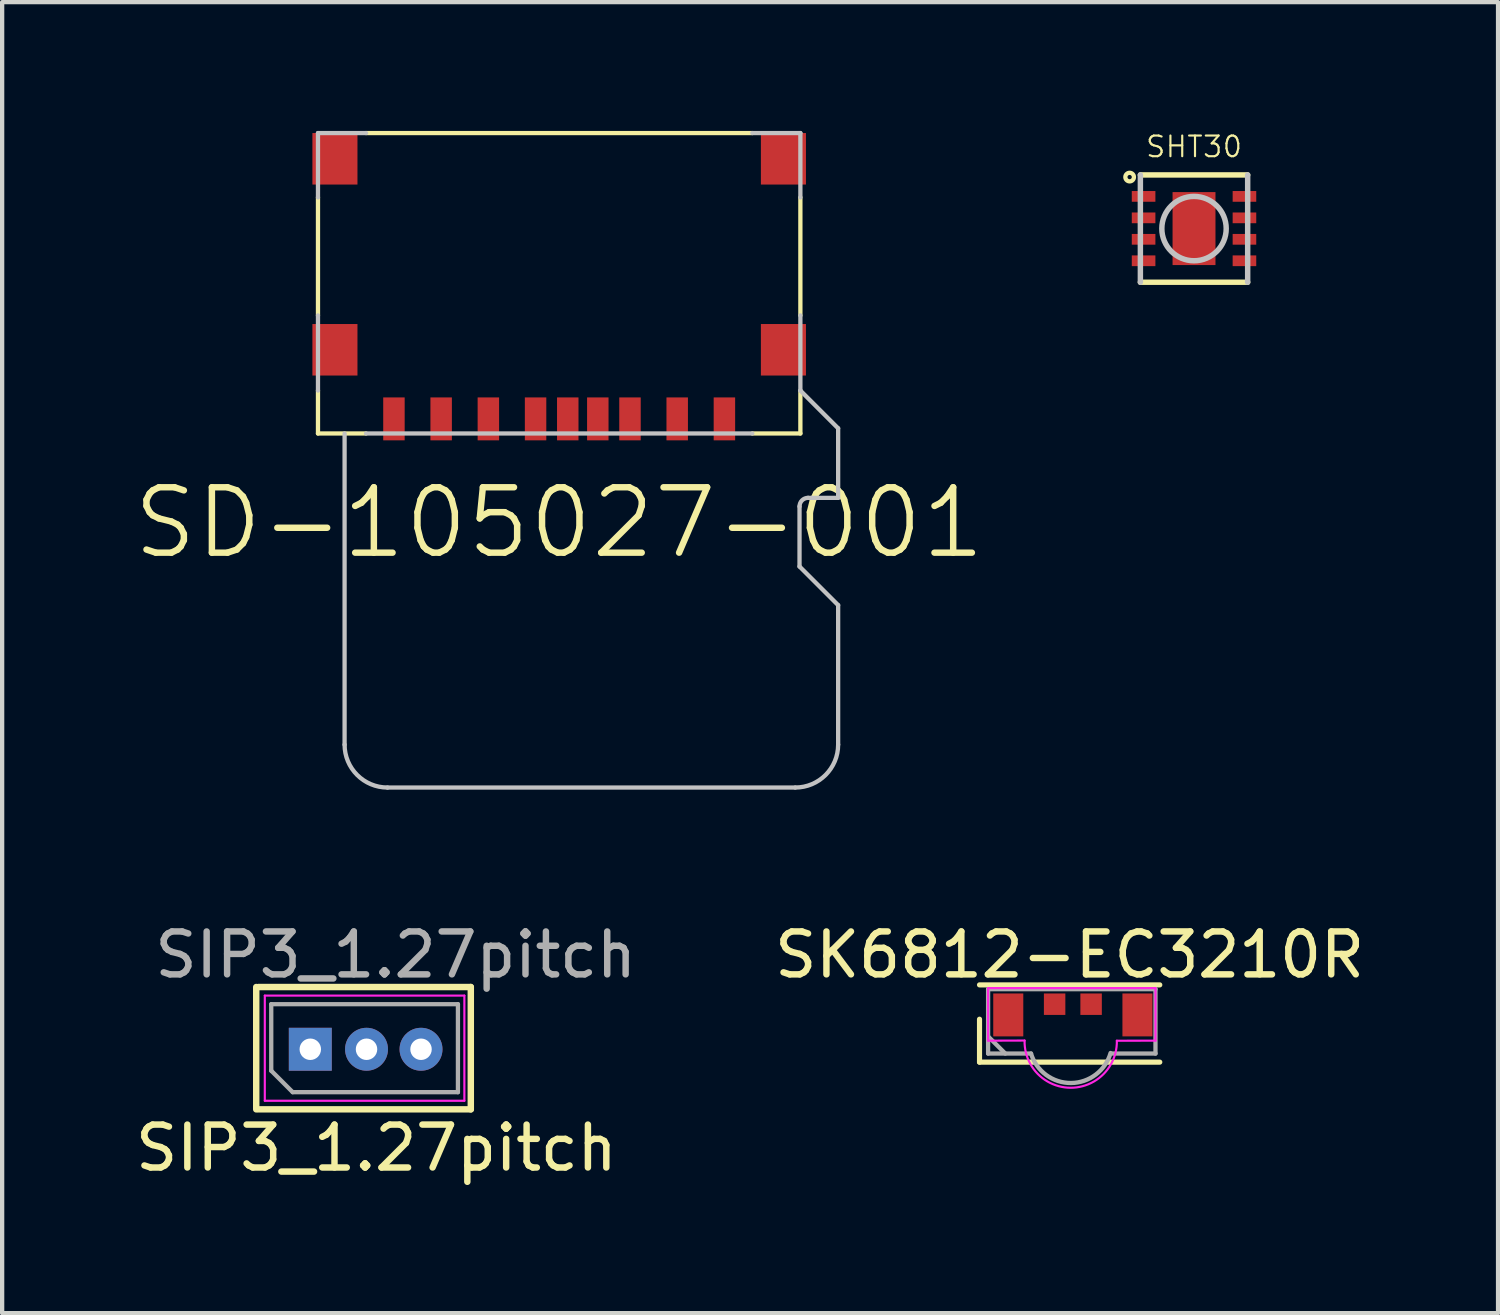
<source format=kicad_pcb>
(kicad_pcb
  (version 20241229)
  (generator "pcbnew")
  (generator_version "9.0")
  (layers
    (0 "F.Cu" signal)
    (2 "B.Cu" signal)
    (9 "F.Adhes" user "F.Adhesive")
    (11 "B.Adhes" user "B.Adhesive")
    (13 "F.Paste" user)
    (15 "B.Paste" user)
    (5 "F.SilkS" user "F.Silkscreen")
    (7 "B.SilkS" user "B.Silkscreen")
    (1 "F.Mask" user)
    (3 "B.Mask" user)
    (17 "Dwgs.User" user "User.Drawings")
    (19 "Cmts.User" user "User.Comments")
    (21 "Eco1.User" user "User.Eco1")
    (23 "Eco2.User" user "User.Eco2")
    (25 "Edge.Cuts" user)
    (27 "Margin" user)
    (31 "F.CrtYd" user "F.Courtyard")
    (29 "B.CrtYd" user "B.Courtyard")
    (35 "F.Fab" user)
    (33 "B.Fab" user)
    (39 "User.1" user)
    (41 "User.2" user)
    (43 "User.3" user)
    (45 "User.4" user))
  (footprint "SD-105027-001"
    (layer "F.Cu")
    (at 9.979 2.78)
    (property "Reference" "SD-105027-001" (at 0 6.35 0) (layer "F.SilkS") (effects (font (size 1.524 1.524) (thickness 0.15))))
    (attr through_hole)
    (fp_line (start -5.62 1.52) (end -5.62 -1.23) (stroke (width 0.1) (type solid)) (layer "F.SilkS"))
    (fp_line (start -5.62 4.27) (end -5.62 3.27) (stroke (width 0.1) (type solid)) (layer "F.SilkS"))
    (fp_line (start -4.5 -2.73) (end 4.5 -2.73) (stroke (width 0.1) (type solid)) (layer "F.SilkS"))
    (fp_line (start -4.5 4.27) (end -5.62 4.27) (stroke (width 0.1) (type solid)) (layer "F.SilkS"))
    (fp_line (start 4.5 4.27) (end 5.62 4.27) (stroke (width 0.1) (type solid)) (layer "F.SilkS"))
    (fp_line (start 5.62 1.52) (end 5.62 -1.23) (stroke (width 0.1) (type solid)) (layer "F.SilkS"))
    (fp_line (start 5.62 4.27) (end 5.62 3.27) (stroke (width 0.1) (type solid)) (layer "F.SilkS"))
    (fp_line (start -5.62 -2.73) (end -4.5 -2.73) (stroke (width 0.1) (type solid)) (layer "Dwgs.User"))
    (fp_line (start -5.62 -1.23) (end -5.62 -2.73) (stroke (width 0.1) (type solid)) (layer "Dwgs.User"))
    (fp_line (start -5.62 3.27) (end -5.62 1.52) (stroke (width 0.1) (type solid)) (layer "Dwgs.User"))
    (fp_line (start -5 4.27) (end -5 11.52) (stroke (width 0.1) (type solid)) (layer "Dwgs.User"))
    (fp_line (start -4 12.52) (end 5.5 12.52) (stroke (width 0.1) (type solid)) (layer "Dwgs.User"))
    (fp_line (start 4.5 -2.73) (end 5.62 -2.73) (stroke (width 0.1) (type solid)) (layer "Dwgs.User"))
    (fp_line (start 4.5 4.27) (end -4.5 4.27) (stroke (width 0.1) (type solid)) (layer "Dwgs.User"))
    (fp_line (start 5.6 5.97) (end 5.6 7.37) (stroke (width 0.1) (type solid)) (layer "Dwgs.User"))
    (fp_line (start 5.6 7.37) (end 6.5 8.27) (stroke (width 0.1) (type solid)) (layer "Dwgs.User"))
    (fp_line (start 5.62 -2.73) (end 5.62 -1.23) (stroke (width 0.1) (type solid)) (layer "Dwgs.User"))
    (fp_line (start 5.62 3.27) (end 5.62 1.52) (stroke (width 0.1) (type solid)) (layer "Dwgs.User"))
    (fp_line (start 6.5 4.15) (end 5.62 3.27) (stroke (width 0.1) (type solid)) (layer "Dwgs.User"))
    (fp_line (start 6.5 5.77) (end 5.8 5.77) (stroke (width 0.1) (type solid)) (layer "Dwgs.User"))
    (fp_line (start 6.5 5.77) (end 6.5 4.15) (stroke (width 0.1) (type solid)) (layer "Dwgs.User"))
    (fp_line (start 6.5 11.52) (end 6.5 8.27) (stroke (width 0.1) (type solid)) (layer "Dwgs.User"))
    (fp_arc (start -4 12.52) (mid -4.707107 12.227107) (end -5 11.52) (stroke (width 0.1) (type solid)) (layer "Dwgs.User"))
    (fp_arc (start 5.6 5.97) (mid 5.658579 5.828579) (end 5.8 5.77) (stroke (width 0.1) (type solid)) (layer "Dwgs.User"))
    (fp_arc (start 6.5 11.52) (mid 6.207107 12.227107) (end 5.5 12.52) (stroke (width 0.1) (type solid)) (layer "Dwgs.User"))
    (fp_text user "Micro SD" (at 0 8.89 0) (layer "Eco2.User") (effects (font (size 1 1) (thickness 0.15))))
    (pad "G1" smd rect (at 0.2 3.93 90) (size 1 0.5) (layers "F.Cu" "F.Mask" "F.Paste"))
    (pad "P1" smd rect (at 3.85 3.93 90) (size 1 0.5) (layers "F.Cu" "F.Mask" "F.Paste"))
    (pad "P2" smd rect (at 2.75 3.93 90) (size 1 0.5) (layers "F.Cu" "F.Mask" "F.Paste"))
    (pad "P3" smd rect (at 1.65 3.93 90) (size 1 0.5) (layers "F.Cu" "F.Mask" "F.Paste"))
    (pad "P4" smd rect (at 0.9 3.93 90) (size 1 0.5) (layers "F.Cu" "F.Mask" "F.Paste"))
    (pad "P5" smd rect (at -0.55 3.93 90) (size 1 0.5) (layers "F.Cu" "F.Mask" "F.Paste"))
    (pad "P6" smd rect (at -1.65 3.93 90) (size 1 0.5) (layers "F.Cu" "F.Mask" "F.Paste"))
    (pad "P7" smd rect (at -2.75 3.93 90) (size 1 0.5) (layers "F.Cu" "F.Mask" "F.Paste"))
    (pad "P8" smd rect (at -3.85 3.93 90) (size 1 0.5) (layers "F.Cu" "F.Mask" "F.Paste"))
    (pad "P10" smd rect (at -5.225 -2.13 90) (size 1.2 1.05) (layers "F.Cu" "F.Mask" "F.Paste"))
    (pad "P10" smd rect (at -5.225 2.32 90) (size 1.2 1.05) (layers "F.Cu" "F.Mask" "F.Paste"))
    (pad "P10" smd rect (at 5.225 -2.13 90) (size 1.2 1.05) (layers "F.Cu" "F.Mask" "F.Paste"))
    (pad "P10" smd rect (at 5.225 2.32 90) (size 1.2 1.05) (layers "F.Cu" "F.Mask" "F.Paste")))
  (footprint "SK6812-EC3210R"
    (layer "F.Cu")
    (at 21.773 20.598)
    (property "Reference" "SK6812-EC3210R" (at 0.1 -1.4 0) (layer "F.SilkS") (effects (font (size 1 1) (thickness 0.15))))
    (attr smd)
    (fp_line (start -2 -0.7) (end 2.2 -0.7) (stroke (width 0.12) (type solid)) (layer "F.SilkS"))
    (fp_line (start -2 1.1) (end -2 0.1) (stroke (width 0.12) (type solid)) (layer "F.SilkS"))
    (fp_line (start -2 1.1) (end 2.2 1.1) (stroke (width 0.12) (type solid)) (layer "F.SilkS"))
    (fp_line (start -1.8 -0.625) (end -1.8 0.6) (stroke (width 0.05) (type solid)) (layer "F.CrtYd"))
    (fp_line (start -1.8 -0.625) (end 2.1 -0.625) (stroke (width 0.05) (type solid)) (layer "F.CrtYd"))
    (fp_line (start -1.8 0.6) (end -0.95 0.597) (stroke (width 0.05) (type solid)) (layer "F.CrtYd"))
    (fp_line (start 1.2 0.601) (end 2.1 0.6) (stroke (width 0.05) (type solid)) (layer "F.CrtYd"))
    (fp_line (start 2.1 0.6) (end 2.1 -0.625) (stroke (width 0.05) (type solid)) (layer "F.CrtYd"))
    (fp_arc (start 1.199999 0.60102) (mid 0.122878 1.695051) (end -0.949917 0.596777) (stroke (width 0.05) (type default)) (layer "F.CrtYd"))
    (fp_line (start -1.8 -0.6) (end -1.8 0.9) (stroke (width 0.1) (type solid)) (layer "F.Fab"))
    (fp_line (start -1.4 0.9) (end -1.8 0.5) (stroke (width 0.1) (type solid)) (layer "F.Fab"))
    (fp_line (start -0.8 0.9) (end -1.8 0.9) (stroke (width 0.1) (type solid)) (layer "F.Fab"))
    (fp_line (start 2.1 -0.6) (end -1.8 -0.6) (stroke (width 0.1) (type solid)) (layer "F.Fab"))
    (fp_line (start 2.1 -0.6) (end 2.1 0.9) (stroke (width 0.1) (type solid)) (layer "F.Fab"))
    (fp_line (start 2.1 0.9) (end 1.1 0.9) (stroke (width 0.1) (type solid)) (layer "F.Fab"))
    (fp_arc (start 1.053905 0.886757) (mid 0.131903 1.586344) (end -0.8 0.9) (stroke (width 0.1) (type default)) (layer "F.Fab"))
    (pad "1" smd rect (at 0.6 -0.25) (size 0.5 0.5) (layers "F.Cu" "F.Mask" "F.Paste"))
    (pad "2" smd custom (at -1.33 0) (size 0.7 1) (layers "F.Cu" "F.Mask" "F.Paste") (options (anchor rect)) (primitives))
    (pad "3" smd rect (at -0.25 -0.25) (size 0.5 0.5) (layers "F.Cu" "F.Mask" "F.Paste"))
    (pad "4" smd custom (at 1.68 0) (size 0.7 1) (layers "F.Cu" "F.Mask" "F.Paste") (options (anchor rect)) (primitives)))
  (footprint "SIP3_1.27pitch"
    (layer "F.Cu")
    (at 4.18 21.398)
    (property "Reference" "SIP3_1.27pitch" (at 1.54 2.3 180) (layer "F.SilkS") (effects (font (size 1 1) (thickness 0.15))))
    (attr through_hole)
    (fp_line (start -1.26 1.4) (end -1.26 -1.45) (stroke (width 0.15) (type solid)) (layer "F.SilkS"))
    (fp_line (start -1.21 -1.45) (end 3.74 -1.45) (stroke (width 0.15) (type solid)) (layer "F.SilkS"))
    (fp_line (start -1.21 1.4) (end 3.74 1.4) (stroke (width 0.15) (type solid)) (layer "F.SilkS"))
    (fp_line (start 3.74 -1.45) (end 3.74 1.4) (stroke (width 0.15) (type solid)) (layer "F.SilkS"))
    (fp_line (start -1.06 1.2) (end -1.06 -1.25) (stroke (width 0.05) (type solid)) (layer "F.CrtYd"))
    (fp_line (start 3.59 -1.25) (end -1.06 -1.25) (stroke (width 0.05) (type solid)) (layer "F.CrtYd"))
    (fp_line (start 3.59 1.2) (end -1.06 1.2) (stroke (width 0.05) (type solid)) (layer "F.CrtYd"))
    (fp_line (start 3.59 1.2) (end 3.59 -1.25) (stroke (width 0.05) (type solid)) (layer "F.CrtYd"))
    (fp_line (start -0.91 -1.05) (end -0.91 0.5) (stroke (width 0.1) (type solid)) (layer "F.Fab"))
    (fp_line (start -0.91 0.5) (end -0.41 1) (stroke (width 0.1) (type solid)) (layer "F.Fab"))
    (fp_line (start 3.44 -1.05) (end -0.91 -1.05) (stroke (width 0.1) (type solid)) (layer "F.Fab"))
    (fp_line (start 3.44 1) (end -0.41 1) (stroke (width 0.1) (type solid)) (layer "F.Fab"))
    (fp_line (start 3.44 1) (end 3.44 -1.05) (stroke (width 0.1) (type solid)) (layer "F.Fab"))
    (fp_text user "${REFERENCE}" (at 1.99 -2.2 180) (layer "F.Fab") (effects (font (size 1 1) (thickness 0.15))))
    (pad "1" thru_hole rect (at 0 0 270) (size 1 1) (drill 0.5) (layers "*.Cu" "*.Mask"))
    (pad "2" thru_hole circle (at 1.31 0 180) (size 1 1) (drill 0.5) (layers "*.Cu" "*.Mask"))
    (pad "3" thru_hole circle (at 2.58 0 270) (size 1 1) (drill 0.5) (layers "*.Cu" "*.Mask")))
  (footprint "SHT30"
    (layer "F.Cu")
    (at 24.771 2.276)
    (property "Reference" "SHT30" (at 0 -1.907 0) (layer "F.SilkS") (effects (font (size 0.481 0.481) (thickness 0.05))))
    (attr smd)
    (fp_line (start -1.25 1.25) (end 1.25 1.25) (stroke (width 0.127) (type solid)) (layer "F.SilkS"))
    (fp_line (start 1.25 -1.25) (end -1.25 -1.25) (stroke (width 0.127) (type solid)) (layer "F.SilkS"))
    (fp_circle (center -1.5 -1.2) (end -1.4 -1.2) (stroke (width 0.1) (type solid)) (fill no) (layer "F.SilkS"))
    (fp_poly (pts (xy -0.451 -0.8) (xy 0.45 -0.8) (xy 0.45 0.802) (xy -0.451 0.802)) (stroke (width 0) (type solid)) (fill yes) (layer "F.Paste"))
    (fp_line (start -1.25 -1.25) (end -1.25 1.25) (stroke (width 0.127) (type solid)) (layer "Dwgs.User"))
    (fp_line (start 1.25 1.25) (end 1.25 -1.25) (stroke (width 0.127) (type solid)) (layer "Dwgs.User"))
    (fp_circle (center 0 0) (end 0.75 0) (stroke (width 0.127) (type solid)) (fill no) (layer "Dwgs.User"))
    (fp_line (start -1.75 -1.5) (end -1.75 1.5) (stroke (width 0.127) (type solid)) (layer "Eco1.User"))
    (fp_line (start -1.75 1.5) (end 1.75 1.5) (stroke (width 0.127) (type solid)) (layer "Eco1.User"))
    (fp_line (start 1.75 -1.5) (end -1.75 -1.5) (stroke (width 0.127) (type solid)) (layer "Eco1.User"))
    (fp_line (start 1.75 1.5) (end 1.75 -1.5) (stroke (width 0.127) (type solid)) (layer "Eco1.User"))
    (pad "1" smd rect (at -1.175 -0.75) (size 0.55 0.25) (layers "F.Cu" "F.Mask" "F.Paste"))
    (pad "2" smd rect (at -1.175 -0.25) (size 0.55 0.25) (layers "F.Cu" "F.Mask" "F.Paste"))
    (pad "3" smd rect (at -1.175 0.25) (size 0.55 0.25) (layers "F.Cu" "F.Mask" "F.Paste"))
    (pad "4" smd rect (at -1.175 0.75) (size 0.55 0.25) (layers "F.Cu" "F.Mask" "F.Paste"))
    (pad "5" smd rect (at 1.175 0.75) (size 0.55 0.25) (layers "F.Cu" "F.Mask" "F.Paste"))
    (pad "6" smd rect (at 1.175 0.25) (size 0.55 0.25) (layers "F.Cu" "F.Mask" "F.Paste"))
    (pad "7" smd rect (at 1.175 -0.25) (size 0.55 0.25) (layers "F.Cu" "F.Mask" "F.Paste"))
    (pad "8" smd rect (at 1.175 -0.75) (size 0.55 0.25) (layers "F.Cu" "F.Mask" "F.Paste"))
    (pad "9" smd rect (at 0 0) (size 1 1.7) (layers "F.Cu" "F.Mask" "F.Paste")))
  (gr_rect
    (start -3 -3)
    (end 31.855 27.547)
    (stroke (width 0.1) (type default))
    (fill no)
    (layer "Edge.Cuts")))
</source>
